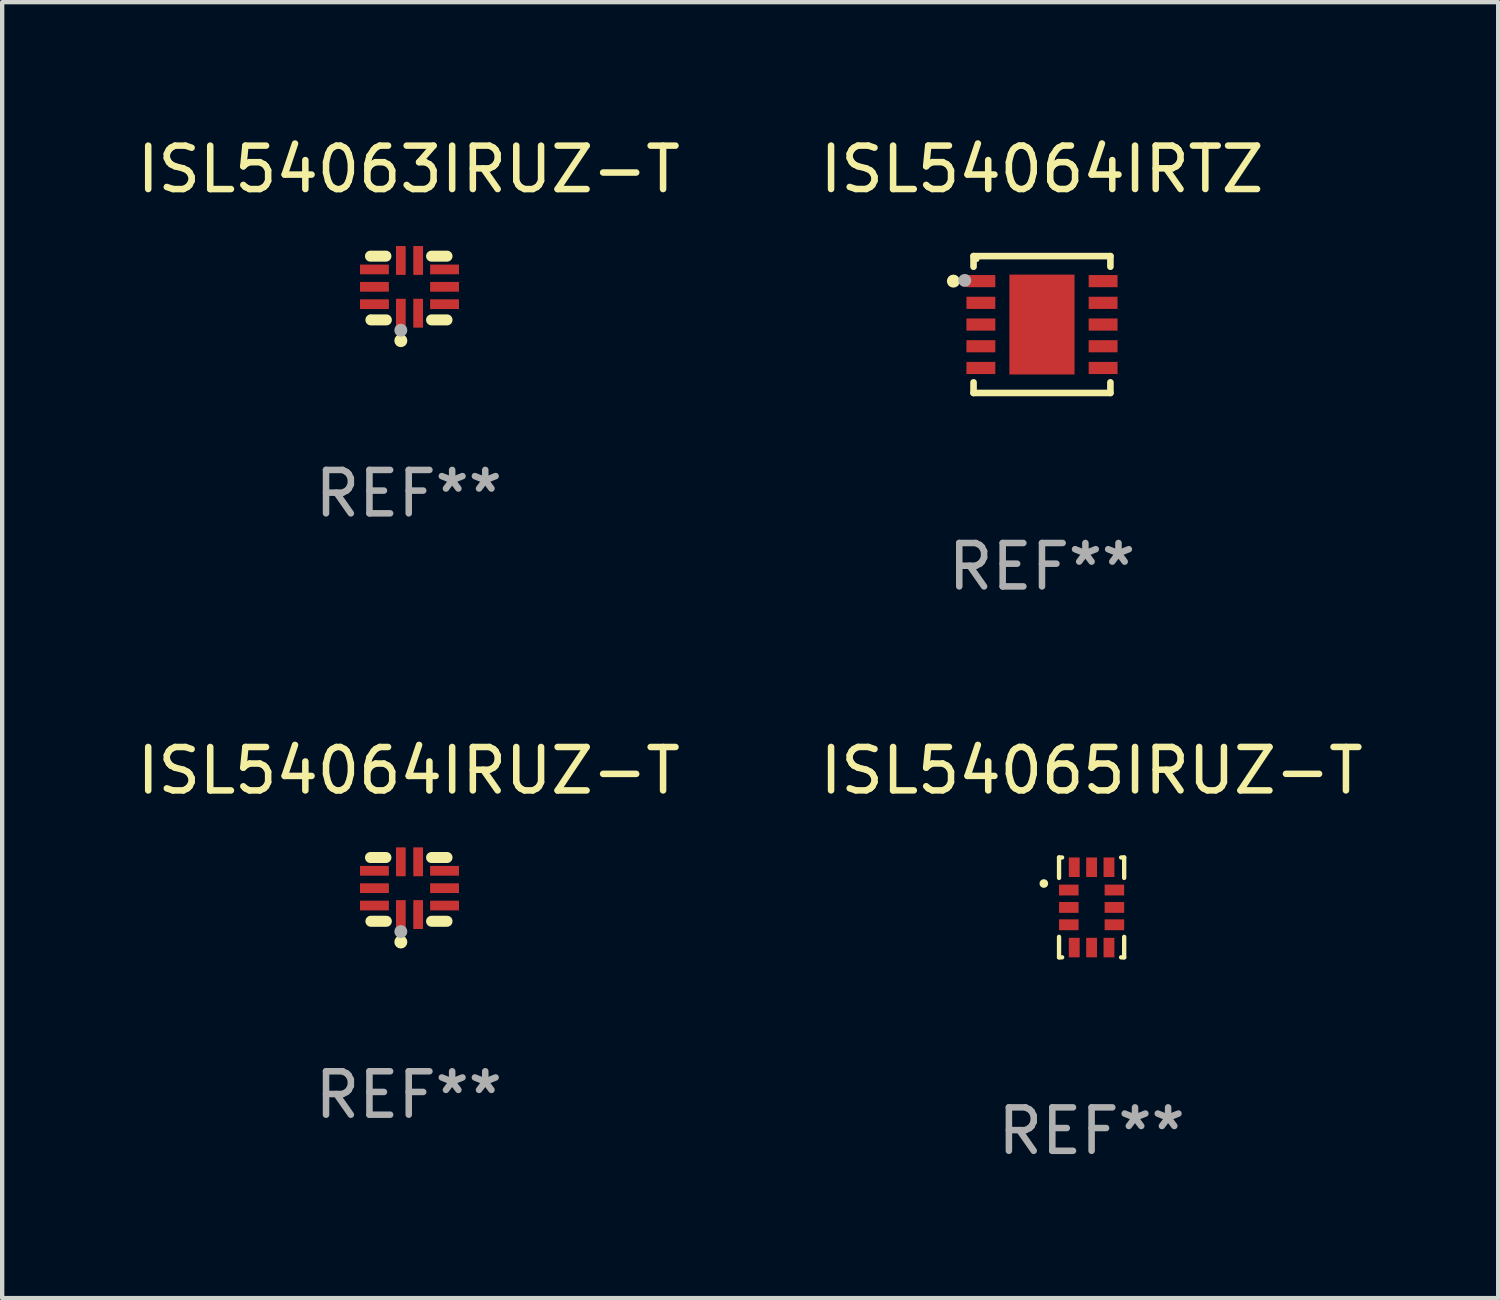
<source format=kicad_pcb>
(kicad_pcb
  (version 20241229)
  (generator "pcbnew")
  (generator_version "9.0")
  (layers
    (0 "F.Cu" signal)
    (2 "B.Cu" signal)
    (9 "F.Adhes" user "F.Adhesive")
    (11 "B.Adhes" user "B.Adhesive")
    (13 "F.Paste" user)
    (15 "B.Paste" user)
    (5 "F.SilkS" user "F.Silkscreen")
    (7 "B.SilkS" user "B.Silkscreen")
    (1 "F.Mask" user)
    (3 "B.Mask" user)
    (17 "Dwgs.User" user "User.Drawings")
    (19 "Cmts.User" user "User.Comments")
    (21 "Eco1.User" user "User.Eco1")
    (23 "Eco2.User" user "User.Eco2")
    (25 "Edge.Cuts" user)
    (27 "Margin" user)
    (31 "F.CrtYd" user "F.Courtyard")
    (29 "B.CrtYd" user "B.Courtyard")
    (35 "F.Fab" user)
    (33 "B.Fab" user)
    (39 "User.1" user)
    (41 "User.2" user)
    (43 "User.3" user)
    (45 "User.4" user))
  (footprint "ISL54065IRUZ-T"
    (layer "F.Cu")
    (at 22.089 17.847)
    (property "Reference" "ISL54065IRUZ-T" (at 0 -3.15 0) (layer "F.SilkS") (effects (font (size 1 1) (thickness 0.15))))
    (attr through_hole)
    (fp_line (start -0.75 -1.15) (end -0.679 -1.15) (stroke (width 0.1) (type solid)) (layer "F.SilkS"))
    (fp_line (start -0.75 -0.679) (end -0.75 -1.15) (stroke (width 0.1) (type solid)) (layer "F.SilkS"))
    (fp_line (start -0.75 1.15) (end -0.75 0.679) (stroke (width 0.1) (type solid)) (layer "F.SilkS"))
    (fp_line (start -0.679 1.15) (end -0.75 1.15) (stroke (width 0.1) (type solid)) (layer "F.SilkS"))
    (fp_line (start 0.679 -1.15) (end 0.75 -1.15) (stroke (width 0.1) (type solid)) (layer "F.SilkS"))
    (fp_line (start 0.75 -1.15) (end 0.75 -0.679) (stroke (width 0.1) (type solid)) (layer "F.SilkS"))
    (fp_line (start 0.75 0.679) (end 0.75 1.15) (stroke (width 0.1) (type solid)) (layer "F.SilkS"))
    (fp_line (start 0.75 1.15) (end 0.679 1.15) (stroke (width 0.1) (type solid)) (layer "F.SilkS"))
    (fp_circle (center -1.1 -0.55) (end -1.05 -0.55) (stroke (width 0.1) (type solid)) (fill no) (layer "F.SilkS"))
    (fp_text user "REF**" (at 0 5.15 0) (layer "F.Fab") (effects (font (size 1 1) (thickness 0.15))))
    (pad "1" smd rect (at -0.525 -0.4 90) (size 0.25 0.45) (layers "F.Cu" "F.Mask" "F.Paste"))
    (pad "2" smd rect (at -0.525 0.000051 90) (size 0.25 0.45) (layers "F.Cu" "F.Mask" "F.Paste"))
    (pad "3" smd rect (at -0.525 0.4 90) (size 0.25 0.45) (layers "F.Cu" "F.Mask" "F.Paste"))
    (pad "4" smd rect (at -0.4 0.925 180) (size 0.25 0.45) (layers "F.Cu" "F.Mask" "F.Paste"))
    (pad "5" smd rect (at 0.000089 0.925 180) (size 0.25 0.45) (layers "F.Cu" "F.Mask" "F.Paste"))
    (pad "6" smd rect (at 0.4 0.925 180) (size 0.25 0.45) (layers "F.Cu" "F.Mask" "F.Paste"))
    (pad "7" smd rect (at 0.525 0.4 270) (size 0.25 0.45) (layers "F.Cu" "F.Mask" "F.Paste"))
    (pad "8" smd rect (at 0.525 0.000051 270) (size 0.25 0.45) (layers "F.Cu" "F.Mask" "F.Paste"))
    (pad "9" smd rect (at 0.525 -0.4 270) (size 0.25 0.45) (layers "F.Cu" "F.Mask" "F.Paste"))
    (pad "10" smd rect (at 0.4 -0.925) (size 0.25 0.45) (layers "F.Cu" "F.Mask" "F.Paste"))
    (pad "11" smd rect (at 0.000089 -0.925) (size 0.25 0.45) (layers "F.Cu" "F.Mask" "F.Paste"))
    (pad "12" smd rect (at -0.4 -0.925) (size 0.25 0.45) (layers "F.Cu" "F.Mask" "F.Paste")))
  (footprint "ISL54064IRUZ-T"
    (layer "F.Cu")
    (at 6.363 17.432)
    (property "Reference" "ISL54064IRUZ-T" (at 0 -2.734 0) (layer "F.SilkS") (effects (font (size 1 1) (thickness 0.15))))
    (attr through_hole)
    (fp_line (start -0.881 -0.734) (end -0.526 -0.734) (stroke (width 0.254) (type solid)) (layer "F.SilkS"))
    (fp_line (start -0.871 0.734) (end -0.516 0.734) (stroke (width 0.254) (type solid)) (layer "F.SilkS"))
    (fp_line (start 0.526 -0.734) (end 0.881 -0.734) (stroke (width 0.254) (type solid)) (layer "F.SilkS"))
    (fp_line (start 0.526 0.734) (end 0.881 0.734) (stroke (width 0.254) (type solid)) (layer "F.SilkS"))
    (fp_circle (center -0.882 0.672) (end -0.852 0.672) (stroke (width 0.06) (type solid)) (fill no) (layer "F.SilkS"))
    (fp_circle (center -0.182 1.212) (end -0.107 1.212) (stroke (width 0.15) (type solid)) (fill no) (layer "F.SilkS"))
    (fp_circle (center -0.182 0.972) (end -0.107 0.972) (stroke (width 0.15) (type solid)) (fill no) (layer "F.Fab"))
    (fp_text user "REF**" (at 0 4.734 0) (layer "F.Fab") (effects (font (size 1 1) (thickness 0.15))))
    (pad "1" smd rect (at -0.182 0.58) (size 0.224 0.665) (layers "F.Cu" "F.Mask" "F.Paste"))
    (pad "2" smd rect (at 0.217 0.58) (size 0.224 0.665) (layers "F.Cu" "F.Mask" "F.Paste"))
    (pad "3" smd rect (at 0.825 0.372) (size 0.665 0.224) (layers "F.Cu" "F.Mask" "F.Paste"))
    (pad "4" smd rect (at 0.825 -0.028) (size 0.665 0.224) (layers "F.Cu" "F.Mask" "F.Paste"))
    (pad "5" smd rect (at 0.825 -0.428) (size 0.665 0.224) (layers "F.Cu" "F.Mask" "F.Paste"))
    (pad "6" smd rect (at 0.217 -0.635) (size 0.224 0.665) (layers "F.Cu" "F.Mask" "F.Paste"))
    (pad "7" smd rect (at -0.182 -0.635) (size 0.224 0.665) (layers "F.Cu" "F.Mask" "F.Paste"))
    (pad "8" smd rect (at -0.79 -0.428) (size 0.665 0.224) (layers "F.Cu" "F.Mask" "F.Paste"))
    (pad "9" smd rect (at -0.79 -0.028) (size 0.665 0.224) (layers "F.Cu" "F.Mask" "F.Paste"))
    (pad "10" smd rect (at -0.79 0.372) (size 0.665 0.224) (layers "F.Cu" "F.Mask" "F.Paste")))
  (footprint "ISL54063IRUZ-T"
    (layer "F.Cu")
    (at 6.363 3.583)
    (property "Reference" "ISL54063IRUZ-T" (at 0 -2.734 0) (layer "F.SilkS") (effects (font (size 1 1) (thickness 0.15))))
    (attr through_hole)
    (fp_line (start -0.881 -0.734) (end -0.526 -0.734) (stroke (width 0.254) (type solid)) (layer "F.SilkS"))
    (fp_line (start -0.871 0.734) (end -0.516 0.734) (stroke (width 0.254) (type solid)) (layer "F.SilkS"))
    (fp_line (start 0.526 -0.734) (end 0.881 -0.734) (stroke (width 0.254) (type solid)) (layer "F.SilkS"))
    (fp_line (start 0.526 0.734) (end 0.881 0.734) (stroke (width 0.254) (type solid)) (layer "F.SilkS"))
    (fp_circle (center -0.882 0.672) (end -0.852 0.672) (stroke (width 0.06) (type solid)) (fill no) (layer "F.SilkS"))
    (fp_circle (center -0.182 1.212) (end -0.107 1.212) (stroke (width 0.15) (type solid)) (fill no) (layer "F.SilkS"))
    (fp_circle (center -0.182 0.972) (end -0.107 0.972) (stroke (width 0.15) (type solid)) (fill no) (layer "F.Fab"))
    (fp_text user "REF**" (at 0 4.734 0) (layer "F.Fab") (effects (font (size 1 1) (thickness 0.15))))
    (pad "1" smd rect (at -0.182 0.58) (size 0.224 0.665) (layers "F.Cu" "F.Mask" "F.Paste"))
    (pad "2" smd rect (at 0.217 0.58) (size 0.224 0.665) (layers "F.Cu" "F.Mask" "F.Paste"))
    (pad "3" smd rect (at 0.825 0.372) (size 0.665 0.224) (layers "F.Cu" "F.Mask" "F.Paste"))
    (pad "4" smd rect (at 0.825 -0.028) (size 0.665 0.224) (layers "F.Cu" "F.Mask" "F.Paste"))
    (pad "5" smd rect (at 0.825 -0.428) (size 0.665 0.224) (layers "F.Cu" "F.Mask" "F.Paste"))
    (pad "6" smd rect (at 0.217 -0.635) (size 0.224 0.665) (layers "F.Cu" "F.Mask" "F.Paste"))
    (pad "7" smd rect (at -0.182 -0.635) (size 0.224 0.665) (layers "F.Cu" "F.Mask" "F.Paste"))
    (pad "8" smd rect (at -0.79 -0.428) (size 0.665 0.224) (layers "F.Cu" "F.Mask" "F.Paste"))
    (pad "9" smd rect (at -0.79 -0.028) (size 0.665 0.224) (layers "F.Cu" "F.Mask" "F.Paste"))
    (pad "10" smd rect (at -0.79 0.372) (size 0.665 0.224) (layers "F.Cu" "F.Mask" "F.Paste")))
  (footprint "ISL54064IRTZ"
    (layer "F.Cu")
    (at 20.946 4.424)
    (property "Reference" "ISL54064IRTZ" (at 0 -3.576 0) (layer "F.SilkS") (effects (font (size 1 1) (thickness 0.15))))
    (attr through_hole)
    (fp_line (start -1.576 -1.576) (end 1.576 -1.576) (stroke (width 0.152) (type solid)) (layer "F.SilkS"))
    (fp_line (start -1.576 -1.331) (end -1.576 -1.576) (stroke (width 0.152) (type solid)) (layer "F.SilkS"))
    (fp_line (start -1.576 1.331) (end -1.576 1.576) (stroke (width 0.152) (type solid)) (layer "F.SilkS"))
    (fp_line (start -1.576 1.576) (end 1.576 1.576) (stroke (width 0.152) (type solid)) (layer "F.SilkS"))
    (fp_line (start 1.576 -1.576) (end 1.576 -1.331) (stroke (width 0.152) (type solid)) (layer "F.SilkS"))
    (fp_line (start 1.576 1.576) (end 1.576 1.331) (stroke (width 0.152) (type solid)) (layer "F.SilkS"))
    (fp_circle (center -2.04 -1) (end -1.965 -1) (stroke (width 0.15) (type solid)) (fill no) (layer "F.SilkS"))
    (fp_circle (center -1.5 -1.5) (end -1.47 -1.5) (stroke (width 0.06) (type solid)) (fill no) (layer "F.SilkS"))
    (fp_circle (center -1.778 -1.016) (end -1.703 -1.016) (stroke (width 0.15) (type solid)) (fill no) (layer "F.Fab"))
    (fp_text user "REF**" (at 0 5.576 0) (layer "F.Fab") (effects (font (size 1 1) (thickness 0.15))))
    (pad "1" smd rect (at -1.407 -1 270) (size 0.28 0.665) (layers "F.Cu" "F.Mask" "F.Paste"))
    (pad "2" smd rect (at -1.407 -0.5 270) (size 0.28 0.665) (layers "F.Cu" "F.Mask" "F.Paste"))
    (pad "3" smd rect (at -1.407 0.000102 270) (size 0.28 0.665) (layers "F.Cu" "F.Mask" "F.Paste"))
    (pad "4" smd rect (at -1.407 0.5 270) (size 0.28 0.665) (layers "F.Cu" "F.Mask" "F.Paste"))
    (pad "5" smd rect (at -1.407 1 270) (size 0.28 0.665) (layers "F.Cu" "F.Mask" "F.Paste"))
    (pad "6" smd rect (at 1.408 1 270) (size 0.28 0.665) (layers "F.Cu" "F.Mask" "F.Paste"))
    (pad "7" smd rect (at 1.408 0.5 270) (size 0.28 0.665) (layers "F.Cu" "F.Mask" "F.Paste"))
    (pad "8" smd rect (at 1.408 0.000102 270) (size 0.28 0.665) (layers "F.Cu" "F.Mask" "F.Paste"))
    (pad "9" smd rect (at 1.408 -0.5 270) (size 0.28 0.665) (layers "F.Cu" "F.Mask" "F.Paste"))
    (pad "10" smd rect (at 1.408 -1 270) (size 0.28 0.665) (layers "F.Cu" "F.Mask" "F.Paste"))
    (pad "11" smd rect (at -0.000051 0.000102 270) (size 2.3 1.5) (layers "F.Cu" "F.Mask" "F.Paste")))
  (gr_rect
    (start -3 -3)
    (end 31.452 26.845)
    (stroke (width 0.1) (type default))
    (fill no)
    (layer "Edge.Cuts")))
</source>
